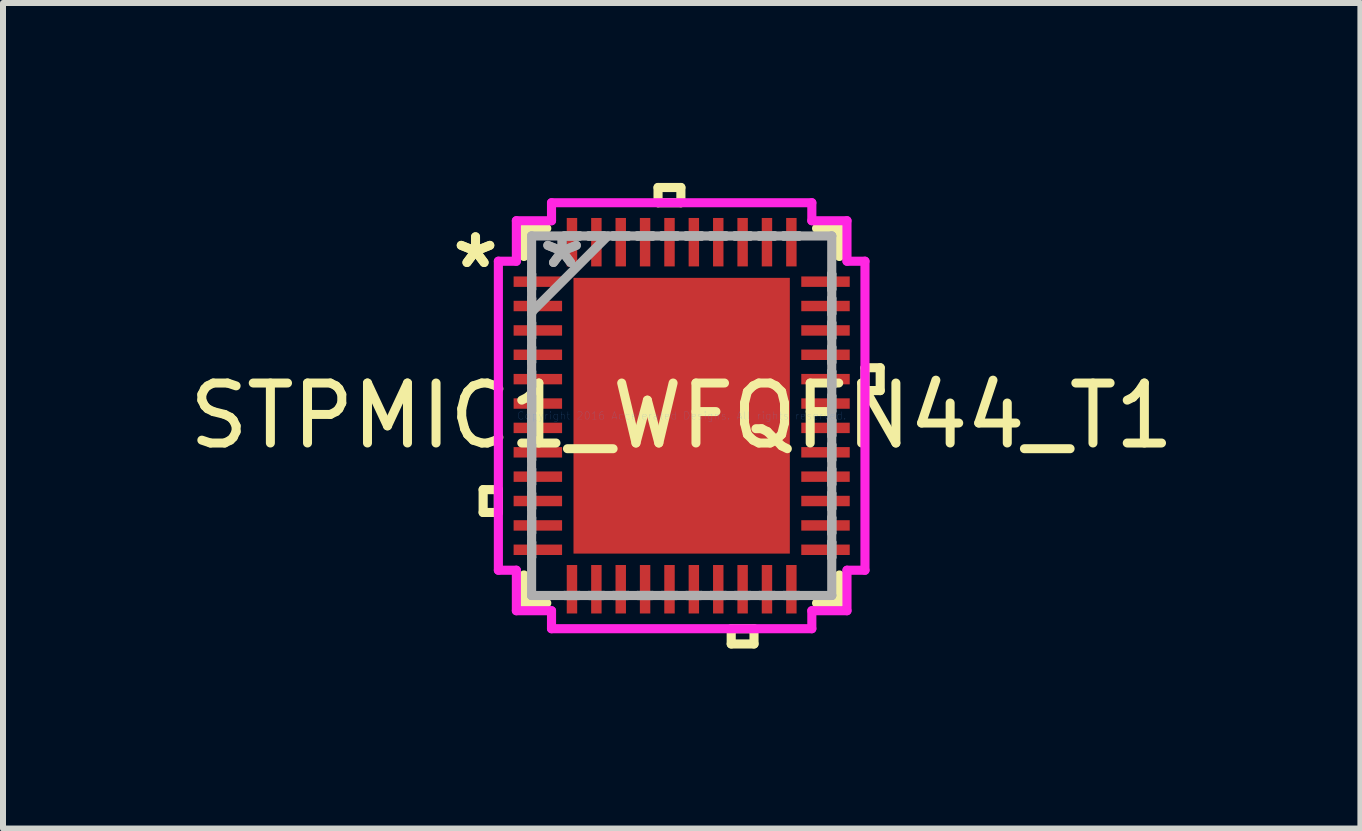
<source format=kicad_pcb>
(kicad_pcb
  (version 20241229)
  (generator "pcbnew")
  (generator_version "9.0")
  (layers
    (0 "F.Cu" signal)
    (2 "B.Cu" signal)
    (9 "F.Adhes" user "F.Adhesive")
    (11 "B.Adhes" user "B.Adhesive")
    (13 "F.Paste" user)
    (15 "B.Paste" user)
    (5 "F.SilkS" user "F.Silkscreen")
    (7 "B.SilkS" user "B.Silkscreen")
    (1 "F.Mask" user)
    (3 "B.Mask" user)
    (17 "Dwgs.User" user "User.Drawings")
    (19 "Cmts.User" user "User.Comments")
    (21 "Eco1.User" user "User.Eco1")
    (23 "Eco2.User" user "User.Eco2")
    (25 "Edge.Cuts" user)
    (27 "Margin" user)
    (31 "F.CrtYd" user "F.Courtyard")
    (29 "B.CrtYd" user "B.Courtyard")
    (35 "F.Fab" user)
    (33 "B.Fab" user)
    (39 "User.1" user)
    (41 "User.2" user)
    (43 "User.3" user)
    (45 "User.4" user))
  (footprint "STPMIC1_WFQFN44_T1"
    (layer "F.Cu")
    (at 8.315 3.881)
    (property "Reference" "STPMIC1_WFQFN44_T1" (at 0 0 0) (layer "F.SilkS") (effects (font (size 1 1) (thickness 0.15))))
    (attr through_hole)
    (fp_line (start -3.31 1.232) (end -3.31 1.613) (stroke (width 0.152) (type solid)) (layer "F.SilkS"))
    (fp_line (start -3.31 1.613) (end -3.056 1.613) (stroke (width 0.152) (type solid)) (layer "F.SilkS"))
    (fp_line (start -3.056 1.232) (end -3.31 1.232) (stroke (width 0.152) (type solid)) (layer "F.SilkS"))
    (fp_line (start -3.056 1.613) (end -3.056 1.232) (stroke (width 0.152) (type solid)) (layer "F.SilkS"))
    (fp_line (start -2.629 -3.124) (end -2.629 -2.655) (stroke (width 0.152) (type solid)) (layer "F.SilkS"))
    (fp_line (start -2.629 2.655) (end -2.629 3.124) (stroke (width 0.152) (type solid)) (layer "F.SilkS"))
    (fp_line (start -2.629 3.124) (end -2.249 3.124) (stroke (width 0.152) (type solid)) (layer "F.SilkS"))
    (fp_line (start -2.249 -3.124) (end -2.629 -3.124) (stroke (width 0.152) (type solid)) (layer "F.SilkS"))
    (fp_line (start -0.394 -3.805) (end -0.013 -3.805) (stroke (width 0.152) (type solid)) (layer "F.SilkS"))
    (fp_line (start -0.394 -3.551) (end -0.394 -3.805) (stroke (width 0.152) (type solid)) (layer "F.SilkS"))
    (fp_line (start -0.013 -3.805) (end -0.013 -3.551) (stroke (width 0.152) (type solid)) (layer "F.SilkS"))
    (fp_line (start -0.013 -3.551) (end -0.394 -3.551) (stroke (width 0.152) (type solid)) (layer "F.SilkS"))
    (fp_line (start 0.826 3.551) (end 0.826 3.805) (stroke (width 0.152) (type solid)) (layer "F.SilkS"))
    (fp_line (start 0.826 3.805) (end 1.206 3.805) (stroke (width 0.152) (type solid)) (layer "F.SilkS"))
    (fp_line (start 1.206 3.551) (end 0.826 3.551) (stroke (width 0.152) (type solid)) (layer "F.SilkS"))
    (fp_line (start 1.206 3.805) (end 1.206 3.551) (stroke (width 0.152) (type solid)) (layer "F.SilkS"))
    (fp_line (start 2.249 3.124) (end 2.629 3.124) (stroke (width 0.152) (type solid)) (layer "F.SilkS"))
    (fp_line (start 2.629 -3.124) (end 2.249 -3.124) (stroke (width 0.152) (type solid)) (layer "F.SilkS"))
    (fp_line (start 2.629 -2.655) (end 2.629 -3.124) (stroke (width 0.152) (type solid)) (layer "F.SilkS"))
    (fp_line (start 2.629 3.124) (end 2.629 2.655) (stroke (width 0.152) (type solid)) (layer "F.SilkS"))
    (fp_line (start 3.056 -0.8) (end 3.31 -0.8) (stroke (width 0.152) (type solid)) (layer "F.SilkS"))
    (fp_line (start 3.056 -0.419) (end 3.056 -0.8) (stroke (width 0.152) (type solid)) (layer "F.SilkS"))
    (fp_line (start 3.31 -0.8) (end 3.31 -0.419) (stroke (width 0.152) (type solid)) (layer "F.SilkS"))
    (fp_line (start 3.31 -0.419) (end 3.056 -0.419) (stroke (width 0.152) (type solid)) (layer "F.SilkS"))
    (fp_line (start -1.703 -2.199) (end -1.703 -0.866) (stroke (width 0.152) (type solid)) (layer "F.Paste"))
    (fp_line (start -1.703 -0.866) (end -0.1 -0.866) (stroke (width 0.152) (type solid)) (layer "F.Paste"))
    (fp_line (start -1.703 -0.666) (end -1.703 0.666) (stroke (width 0.152) (type solid)) (layer "F.Paste"))
    (fp_line (start -1.703 0.666) (end -0.1 0.666) (stroke (width 0.152) (type solid)) (layer "F.Paste"))
    (fp_line (start -1.703 0.866) (end -1.703 2.199) (stroke (width 0.152) (type solid)) (layer "F.Paste"))
    (fp_line (start -1.703 2.199) (end -0.1 2.199) (stroke (width 0.152) (type solid)) (layer "F.Paste"))
    (fp_line (start -0.1 -2.199) (end -1.703 -2.199) (stroke (width 0.152) (type solid)) (layer "F.Paste"))
    (fp_line (start -0.1 -0.866) (end -0.1 -2.199) (stroke (width 0.152) (type solid)) (layer "F.Paste"))
    (fp_line (start -0.1 -0.666) (end -1.703 -0.666) (stroke (width 0.152) (type solid)) (layer "F.Paste"))
    (fp_line (start -0.1 0.666) (end -0.1 -0.666) (stroke (width 0.152) (type solid)) (layer "F.Paste"))
    (fp_line (start -0.1 0.866) (end -1.703 0.866) (stroke (width 0.152) (type solid)) (layer "F.Paste"))
    (fp_line (start -0.1 2.199) (end -0.1 0.866) (stroke (width 0.152) (type solid)) (layer "F.Paste"))
    (fp_line (start 0.1 -2.199) (end 0.1 -0.866) (stroke (width 0.152) (type solid)) (layer "F.Paste"))
    (fp_line (start 0.1 -0.866) (end 1.703 -0.866) (stroke (width 0.152) (type solid)) (layer "F.Paste"))
    (fp_line (start 0.1 -0.666) (end 0.1 0.666) (stroke (width 0.152) (type solid)) (layer "F.Paste"))
    (fp_line (start 0.1 0.666) (end 1.703 0.666) (stroke (width 0.152) (type solid)) (layer "F.Paste"))
    (fp_line (start 0.1 0.866) (end 0.1 2.199) (stroke (width 0.152) (type solid)) (layer "F.Paste"))
    (fp_line (start 0.1 2.199) (end 1.703 2.199) (stroke (width 0.152) (type solid)) (layer "F.Paste"))
    (fp_line (start 1.703 -2.199) (end 0.1 -2.199) (stroke (width 0.152) (type solid)) (layer "F.Paste"))
    (fp_line (start 1.703 -0.866) (end 1.703 -2.199) (stroke (width 0.152) (type solid)) (layer "F.Paste"))
    (fp_line (start 1.703 -0.666) (end 0.1 -0.666) (stroke (width 0.152) (type solid)) (layer "F.Paste"))
    (fp_line (start 1.703 0.666) (end 1.703 -0.666) (stroke (width 0.152) (type solid)) (layer "F.Paste"))
    (fp_line (start 1.703 0.866) (end 0.1 0.866) (stroke (width 0.152) (type solid)) (layer "F.Paste"))
    (fp_line (start 1.703 2.199) (end 1.703 0.866) (stroke (width 0.152) (type solid)) (layer "F.Paste"))
    (fp_line (start -3.056 -2.576) (end -2.756 -2.576) (stroke (width 0.152) (type solid)) (layer "F.CrtYd"))
    (fp_line (start -3.056 2.576) (end -3.056 -2.576) (stroke (width 0.152) (type solid)) (layer "F.CrtYd"))
    (fp_line (start -2.756 -3.251) (end -2.17 -3.251) (stroke (width 0.152) (type solid)) (layer "F.CrtYd"))
    (fp_line (start -2.756 -2.576) (end -2.756 -3.251) (stroke (width 0.152) (type solid)) (layer "F.CrtYd"))
    (fp_line (start -2.756 2.576) (end -3.056 2.576) (stroke (width 0.152) (type solid)) (layer "F.CrtYd"))
    (fp_line (start -2.756 3.251) (end -2.756 2.576) (stroke (width 0.152) (type solid)) (layer "F.CrtYd"))
    (fp_line (start -2.17 -3.551) (end 2.17 -3.551) (stroke (width 0.152) (type solid)) (layer "F.CrtYd"))
    (fp_line (start -2.17 -3.251) (end -2.17 -3.551) (stroke (width 0.152) (type solid)) (layer "F.CrtYd"))
    (fp_line (start -2.17 3.251) (end -2.756 3.251) (stroke (width 0.152) (type solid)) (layer "F.CrtYd"))
    (fp_line (start -2.17 3.551) (end -2.17 3.251) (stroke (width 0.152) (type solid)) (layer "F.CrtYd"))
    (fp_line (start 2.17 -3.551) (end 2.17 -3.251) (stroke (width 0.152) (type solid)) (layer "F.CrtYd"))
    (fp_line (start 2.17 -3.251) (end 2.756 -3.251) (stroke (width 0.152) (type solid)) (layer "F.CrtYd"))
    (fp_line (start 2.17 3.251) (end 2.17 3.551) (stroke (width 0.152) (type solid)) (layer "F.CrtYd"))
    (fp_line (start 2.17 3.551) (end -2.17 3.551) (stroke (width 0.152) (type solid)) (layer "F.CrtYd"))
    (fp_line (start 2.756 -3.251) (end 2.756 -2.576) (stroke (width 0.152) (type solid)) (layer "F.CrtYd"))
    (fp_line (start 2.756 -2.576) (end 3.056 -2.576) (stroke (width 0.152) (type solid)) (layer "F.CrtYd"))
    (fp_line (start 2.756 2.576) (end 2.756 3.251) (stroke (width 0.152) (type solid)) (layer "F.CrtYd"))
    (fp_line (start 2.756 3.251) (end 2.17 3.251) (stroke (width 0.152) (type solid)) (layer "F.CrtYd"))
    (fp_line (start 3.056 -2.576) (end 3.056 2.576) (stroke (width 0.152) (type solid)) (layer "F.CrtYd"))
    (fp_line (start 3.056 2.576) (end 2.756 2.576) (stroke (width 0.152) (type solid)) (layer "F.CrtYd"))
    (fp_line (start -2.502 -2.997) (end -2.502 -2.997) (stroke (width 0.152) (type solid)) (layer "F.Fab"))
    (fp_line (start -2.502 -2.997) (end -2.502 2.997) (stroke (width 0.152) (type solid)) (layer "F.Fab"))
    (fp_line (start -2.502 -2.362) (end -2.502 -2.362) (stroke (width 0.152) (type solid)) (layer "F.Fab"))
    (fp_line (start -2.502 -2.362) (end -2.502 -2.108) (stroke (width 0.152) (type solid)) (layer "F.Fab"))
    (fp_line (start -2.502 -2.108) (end -2.502 -2.362) (stroke (width 0.152) (type solid)) (layer "F.Fab"))
    (fp_line (start -2.502 -2.108) (end -2.502 -2.108) (stroke (width 0.152) (type solid)) (layer "F.Fab"))
    (fp_line (start -2.502 -1.956) (end -2.502 -1.956) (stroke (width 0.152) (type solid)) (layer "F.Fab"))
    (fp_line (start -2.502 -1.956) (end -2.502 -1.702) (stroke (width 0.152) (type solid)) (layer "F.Fab"))
    (fp_line (start -2.502 -1.727) (end -1.232 -2.997) (stroke (width 0.152) (type solid)) (layer "F.Fab"))
    (fp_line (start -2.502 -1.702) (end -2.502 -1.956) (stroke (width 0.152) (type solid)) (layer "F.Fab"))
    (fp_line (start -2.502 -1.702) (end -2.502 -1.702) (stroke (width 0.152) (type solid)) (layer "F.Fab"))
    (fp_line (start -2.502 -1.549) (end -2.502 -1.549) (stroke (width 0.152) (type solid)) (layer "F.Fab"))
    (fp_line (start -2.502 -1.549) (end -2.502 -1.295) (stroke (width 0.152) (type solid)) (layer "F.Fab"))
    (fp_line (start -2.502 -1.295) (end -2.502 -1.549) (stroke (width 0.152) (type solid)) (layer "F.Fab"))
    (fp_line (start -2.502 -1.295) (end -2.502 -1.295) (stroke (width 0.152) (type solid)) (layer "F.Fab"))
    (fp_line (start -2.502 -1.143) (end -2.502 -1.143) (stroke (width 0.152) (type solid)) (layer "F.Fab"))
    (fp_line (start -2.502 -1.143) (end -2.502 -0.889) (stroke (width 0.152) (type solid)) (layer "F.Fab"))
    (fp_line (start -2.502 -0.889) (end -2.502 -1.143) (stroke (width 0.152) (type solid)) (layer "F.Fab"))
    (fp_line (start -2.502 -0.889) (end -2.502 -0.889) (stroke (width 0.152) (type solid)) (layer "F.Fab"))
    (fp_line (start -2.502 -0.737) (end -2.502 -0.737) (stroke (width 0.152) (type solid)) (layer "F.Fab"))
    (fp_line (start -2.502 -0.737) (end -2.502 -0.483) (stroke (width 0.152) (type solid)) (layer "F.Fab"))
    (fp_line (start -2.502 -0.483) (end -2.502 -0.737) (stroke (width 0.152) (type solid)) (layer "F.Fab"))
    (fp_line (start -2.502 -0.483) (end -2.502 -0.483) (stroke (width 0.152) (type solid)) (layer "F.Fab"))
    (fp_line (start -2.502 -0.33) (end -2.502 -0.33) (stroke (width 0.152) (type solid)) (layer "F.Fab"))
    (fp_line (start -2.502 -0.33) (end -2.502 -0.076) (stroke (width 0.152) (type solid)) (layer "F.Fab"))
    (fp_line (start -2.502 -0.076) (end -2.502 -0.33) (stroke (width 0.152) (type solid)) (layer "F.Fab"))
    (fp_line (start -2.502 -0.076) (end -2.502 -0.076) (stroke (width 0.152) (type solid)) (layer "F.Fab"))
    (fp_line (start -2.502 0.076) (end -2.502 0.076) (stroke (width 0.152) (type solid)) (layer "F.Fab"))
    (fp_line (start -2.502 0.076) (end -2.502 0.33) (stroke (width 0.152) (type solid)) (layer "F.Fab"))
    (fp_line (start -2.502 0.33) (end -2.502 0.076) (stroke (width 0.152) (type solid)) (layer "F.Fab"))
    (fp_line (start -2.502 0.33) (end -2.502 0.33) (stroke (width 0.152) (type solid)) (layer "F.Fab"))
    (fp_line (start -2.502 0.483) (end -2.502 0.483) (stroke (width 0.152) (type solid)) (layer "F.Fab"))
    (fp_line (start -2.502 0.483) (end -2.502 0.737) (stroke (width 0.152) (type solid)) (layer "F.Fab"))
    (fp_line (start -2.502 0.737) (end -2.502 0.483) (stroke (width 0.152) (type solid)) (layer "F.Fab"))
    (fp_line (start -2.502 0.737) (end -2.502 0.737) (stroke (width 0.152) (type solid)) (layer "F.Fab"))
    (fp_line (start -2.502 0.889) (end -2.502 0.889) (stroke (width 0.152) (type solid)) (layer "F.Fab"))
    (fp_line (start -2.502 0.889) (end -2.502 1.143) (stroke (width 0.152) (type solid)) (layer "F.Fab"))
    (fp_line (start -2.502 1.143) (end -2.502 0.889) (stroke (width 0.152) (type solid)) (layer "F.Fab"))
    (fp_line (start -2.502 1.143) (end -2.502 1.143) (stroke (width 0.152) (type solid)) (layer "F.Fab"))
    (fp_line (start -2.502 1.295) (end -2.502 1.295) (stroke (width 0.152) (type solid)) (layer "F.Fab"))
    (fp_line (start -2.502 1.295) (end -2.502 1.549) (stroke (width 0.152) (type solid)) (layer "F.Fab"))
    (fp_line (start -2.502 1.549) (end -2.502 1.295) (stroke (width 0.152) (type solid)) (layer "F.Fab"))
    (fp_line (start -2.502 1.549) (end -2.502 1.549) (stroke (width 0.152) (type solid)) (layer "F.Fab"))
    (fp_line (start -2.502 1.702) (end -2.502 1.702) (stroke (width 0.152) (type solid)) (layer "F.Fab"))
    (fp_line (start -2.502 1.702) (end -2.502 1.956) (stroke (width 0.152) (type solid)) (layer "F.Fab"))
    (fp_line (start -2.502 1.956) (end -2.502 1.702) (stroke (width 0.152) (type solid)) (layer "F.Fab"))
    (fp_line (start -2.502 1.956) (end -2.502 1.956) (stroke (width 0.152) (type solid)) (layer "F.Fab"))
    (fp_line (start -2.502 2.108) (end -2.502 2.108) (stroke (width 0.152) (type solid)) (layer "F.Fab"))
    (fp_line (start -2.502 2.108) (end -2.502 2.362) (stroke (width 0.152) (type solid)) (layer "F.Fab"))
    (fp_line (start -2.502 2.362) (end -2.502 2.108) (stroke (width 0.152) (type solid)) (layer "F.Fab"))
    (fp_line (start -2.502 2.362) (end -2.502 2.362) (stroke (width 0.152) (type solid)) (layer "F.Fab"))
    (fp_line (start -2.502 2.997) (end -2.502 2.997) (stroke (width 0.152) (type solid)) (layer "F.Fab"))
    (fp_line (start -2.502 2.997) (end 2.502 2.997) (stroke (width 0.152) (type solid)) (layer "F.Fab"))
    (fp_line (start -1.956 -2.997) (end -1.956 -2.997) (stroke (width 0.152) (type solid)) (layer "F.Fab"))
    (fp_line (start -1.956 -2.997) (end -1.702 -2.997) (stroke (width 0.152) (type solid)) (layer "F.Fab"))
    (fp_line (start -1.956 2.997) (end -1.956 2.997) (stroke (width 0.152) (type solid)) (layer "F.Fab"))
    (fp_line (start -1.956 2.997) (end -1.702 2.997) (stroke (width 0.152) (type solid)) (layer "F.Fab"))
    (fp_line (start -1.702 -2.997) (end -1.956 -2.997) (stroke (width 0.152) (type solid)) (layer "F.Fab"))
    (fp_line (start -1.702 -2.997) (end -1.702 -2.997) (stroke (width 0.152) (type solid)) (layer "F.Fab"))
    (fp_line (start -1.702 2.997) (end -1.956 2.997) (stroke (width 0.152) (type solid)) (layer "F.Fab"))
    (fp_line (start -1.702 2.997) (end -1.702 2.997) (stroke (width 0.152) (type solid)) (layer "F.Fab"))
    (fp_line (start -1.549 -2.997) (end -1.549 -2.997) (stroke (width 0.152) (type solid)) (layer "F.Fab"))
    (fp_line (start -1.549 -2.997) (end -1.295 -2.997) (stroke (width 0.152) (type solid)) (layer "F.Fab"))
    (fp_line (start -1.549 2.997) (end -1.549 2.997) (stroke (width 0.152) (type solid)) (layer "F.Fab"))
    (fp_line (start -1.549 2.997) (end -1.295 2.997) (stroke (width 0.152) (type solid)) (layer "F.Fab"))
    (fp_line (start -1.295 -2.997) (end -1.549 -2.997) (stroke (width 0.152) (type solid)) (layer "F.Fab"))
    (fp_line (start -1.295 -2.997) (end -1.295 -2.997) (stroke (width 0.152) (type solid)) (layer "F.Fab"))
    (fp_line (start -1.295 2.997) (end -1.549 2.997) (stroke (width 0.152) (type solid)) (layer "F.Fab"))
    (fp_line (start -1.295 2.997) (end -1.295 2.997) (stroke (width 0.152) (type solid)) (layer "F.Fab"))
    (fp_line (start -1.143 -2.997) (end -1.143 -2.997) (stroke (width 0.152) (type solid)) (layer "F.Fab"))
    (fp_line (start -1.143 -2.997) (end -0.889 -2.997) (stroke (width 0.152) (type solid)) (layer "F.Fab"))
    (fp_line (start -1.143 2.997) (end -1.143 2.997) (stroke (width 0.152) (type solid)) (layer "F.Fab"))
    (fp_line (start -1.143 2.997) (end -0.889 2.997) (stroke (width 0.152) (type solid)) (layer "F.Fab"))
    (fp_line (start -0.889 -2.997) (end -1.143 -2.997) (stroke (width 0.152) (type solid)) (layer "F.Fab"))
    (fp_line (start -0.889 -2.997) (end -0.889 -2.997) (stroke (width 0.152) (type solid)) (layer "F.Fab"))
    (fp_line (start -0.889 2.997) (end -1.143 2.997) (stroke (width 0.152) (type solid)) (layer "F.Fab"))
    (fp_line (start -0.889 2.997) (end -0.889 2.997) (stroke (width 0.152) (type solid)) (layer "F.Fab"))
    (fp_line (start -0.737 -2.997) (end -0.737 -2.997) (stroke (width 0.152) (type solid)) (layer "F.Fab"))
    (fp_line (start -0.737 -2.997) (end -0.483 -2.997) (stroke (width 0.152) (type solid)) (layer "F.Fab"))
    (fp_line (start -0.737 2.997) (end -0.737 2.997) (stroke (width 0.152) (type solid)) (layer "F.Fab"))
    (fp_line (start -0.737 2.997) (end -0.483 2.997) (stroke (width 0.152) (type solid)) (layer "F.Fab"))
    (fp_line (start -0.483 -2.997) (end -0.737 -2.997) (stroke (width 0.152) (type solid)) (layer "F.Fab"))
    (fp_line (start -0.483 -2.997) (end -0.483 -2.997) (stroke (width 0.152) (type solid)) (layer "F.Fab"))
    (fp_line (start -0.483 2.997) (end -0.737 2.997) (stroke (width 0.152) (type solid)) (layer "F.Fab"))
    (fp_line (start -0.483 2.997) (end -0.483 2.997) (stroke (width 0.152) (type solid)) (layer "F.Fab"))
    (fp_line (start -0.33 -2.997) (end -0.33 -2.997) (stroke (width 0.152) (type solid)) (layer "F.Fab"))
    (fp_line (start -0.33 -2.997) (end -0.076 -2.997) (stroke (width 0.152) (type solid)) (layer "F.Fab"))
    (fp_line (start -0.33 2.997) (end -0.33 2.997) (stroke (width 0.152) (type solid)) (layer "F.Fab"))
    (fp_line (start -0.33 2.997) (end -0.076 2.997) (stroke (width 0.152) (type solid)) (layer "F.Fab"))
    (fp_line (start -0.076 -2.997) (end -0.33 -2.997) (stroke (width 0.152) (type solid)) (layer "F.Fab"))
    (fp_line (start -0.076 -2.997) (end -0.076 -2.997) (stroke (width 0.152) (type solid)) (layer "F.Fab"))
    (fp_line (start -0.076 2.997) (end -0.33 2.997) (stroke (width 0.152) (type solid)) (layer "F.Fab"))
    (fp_line (start -0.076 2.997) (end -0.076 2.997) (stroke (width 0.152) (type solid)) (layer "F.Fab"))
    (fp_line (start 0.076 -2.997) (end 0.076 -2.997) (stroke (width 0.152) (type solid)) (layer "F.Fab"))
    (fp_line (start 0.076 -2.997) (end 0.33 -2.997) (stroke (width 0.152) (type solid)) (layer "F.Fab"))
    (fp_line (start 0.076 2.997) (end 0.076 2.997) (stroke (width 0.152) (type solid)) (layer "F.Fab"))
    (fp_line (start 0.076 2.997) (end 0.33 2.997) (stroke (width 0.152) (type solid)) (layer "F.Fab"))
    (fp_line (start 0.33 -2.997) (end 0.076 -2.997) (stroke (width 0.152) (type solid)) (layer "F.Fab"))
    (fp_line (start 0.33 -2.997) (end 0.33 -2.997) (stroke (width 0.152) (type solid)) (layer "F.Fab"))
    (fp_line (start 0.33 2.997) (end 0.076 2.997) (stroke (width 0.152) (type solid)) (layer "F.Fab"))
    (fp_line (start 0.33 2.997) (end 0.33 2.997) (stroke (width 0.152) (type solid)) (layer "F.Fab"))
    (fp_line (start 0.483 -2.997) (end 0.483 -2.997) (stroke (width 0.152) (type solid)) (layer "F.Fab"))
    (fp_line (start 0.483 -2.997) (end 0.737 -2.997) (stroke (width 0.152) (type solid)) (layer "F.Fab"))
    (fp_line (start 0.483 2.997) (end 0.483 2.997) (stroke (width 0.152) (type solid)) (layer "F.Fab"))
    (fp_line (start 0.483 2.997) (end 0.737 2.997) (stroke (width 0.152) (type solid)) (layer "F.Fab"))
    (fp_line (start 0.737 -2.997) (end 0.483 -2.997) (stroke (width 0.152) (type solid)) (layer "F.Fab"))
    (fp_line (start 0.737 -2.997) (end 0.737 -2.997) (stroke (width 0.152) (type solid)) (layer "F.Fab"))
    (fp_line (start 0.737 2.997) (end 0.483 2.997) (stroke (width 0.152) (type solid)) (layer "F.Fab"))
    (fp_line (start 0.737 2.997) (end 0.737 2.997) (stroke (width 0.152) (type solid)) (layer "F.Fab"))
    (fp_line (start 0.889 -2.997) (end 0.889 -2.997) (stroke (width 0.152) (type solid)) (layer "F.Fab"))
    (fp_line (start 0.889 -2.997) (end 1.143 -2.997) (stroke (width 0.152) (type solid)) (layer "F.Fab"))
    (fp_line (start 0.889 2.997) (end 0.889 2.997) (stroke (width 0.152) (type solid)) (layer "F.Fab"))
    (fp_line (start 0.889 2.997) (end 1.143 2.997) (stroke (width 0.152) (type solid)) (layer "F.Fab"))
    (fp_line (start 1.143 -2.997) (end 0.889 -2.997) (stroke (width 0.152) (type solid)) (layer "F.Fab"))
    (fp_line (start 1.143 -2.997) (end 1.143 -2.997) (stroke (width 0.152) (type solid)) (layer "F.Fab"))
    (fp_line (start 1.143 2.997) (end 0.889 2.997) (stroke (width 0.152) (type solid)) (layer "F.Fab"))
    (fp_line (start 1.143 2.997) (end 1.143 2.997) (stroke (width 0.152) (type solid)) (layer "F.Fab"))
    (fp_line (start 1.295 -2.997) (end 1.295 -2.997) (stroke (width 0.152) (type solid)) (layer "F.Fab"))
    (fp_line (start 1.295 -2.997) (end 1.549 -2.997) (stroke (width 0.152) (type solid)) (layer "F.Fab"))
    (fp_line (start 1.295 2.997) (end 1.295 2.997) (stroke (width 0.152) (type solid)) (layer "F.Fab"))
    (fp_line (start 1.295 2.997) (end 1.549 2.997) (stroke (width 0.152) (type solid)) (layer "F.Fab"))
    (fp_line (start 1.549 -2.997) (end 1.295 -2.997) (stroke (width 0.152) (type solid)) (layer "F.Fab"))
    (fp_line (start 1.549 -2.997) (end 1.549 -2.997) (stroke (width 0.152) (type solid)) (layer "F.Fab"))
    (fp_line (start 1.549 2.997) (end 1.295 2.997) (stroke (width 0.152) (type solid)) (layer "F.Fab"))
    (fp_line (start 1.549 2.997) (end 1.549 2.997) (stroke (width 0.152) (type solid)) (layer "F.Fab"))
    (fp_line (start 1.702 -2.997) (end 1.702 -2.997) (stroke (width 0.152) (type solid)) (layer "F.Fab"))
    (fp_line (start 1.702 -2.997) (end 1.956 -2.997) (stroke (width 0.152) (type solid)) (layer "F.Fab"))
    (fp_line (start 1.702 2.997) (end 1.702 2.997) (stroke (width 0.152) (type solid)) (layer "F.Fab"))
    (fp_line (start 1.702 2.997) (end 1.956 2.997) (stroke (width 0.152) (type solid)) (layer "F.Fab"))
    (fp_line (start 1.956 -2.997) (end 1.702 -2.997) (stroke (width 0.152) (type solid)) (layer "F.Fab"))
    (fp_line (start 1.956 -2.997) (end 1.956 -2.997) (stroke (width 0.152) (type solid)) (layer "F.Fab"))
    (fp_line (start 1.956 2.997) (end 1.702 2.997) (stroke (width 0.152) (type solid)) (layer "F.Fab"))
    (fp_line (start 1.956 2.997) (end 1.956 2.997) (stroke (width 0.152) (type solid)) (layer "F.Fab"))
    (fp_line (start 2.502 -2.997) (end -2.502 -2.997) (stroke (width 0.152) (type solid)) (layer "F.Fab"))
    (fp_line (start 2.502 -2.997) (end 2.502 -2.997) (stroke (width 0.152) (type solid)) (layer "F.Fab"))
    (fp_line (start 2.502 -2.362) (end 2.502 -2.362) (stroke (width 0.152) (type solid)) (layer "F.Fab"))
    (fp_line (start 2.502 -2.362) (end 2.502 -2.108) (stroke (width 0.152) (type solid)) (layer "F.Fab"))
    (fp_line (start 2.502 -2.108) (end 2.502 -2.362) (stroke (width 0.152) (type solid)) (layer "F.Fab"))
    (fp_line (start 2.502 -2.108) (end 2.502 -2.108) (stroke (width 0.152) (type solid)) (layer "F.Fab"))
    (fp_line (start 2.502 -1.956) (end 2.502 -1.956) (stroke (width 0.152) (type solid)) (layer "F.Fab"))
    (fp_line (start 2.502 -1.956) (end 2.502 -1.702) (stroke (width 0.152) (type solid)) (layer "F.Fab"))
    (fp_line (start 2.502 -1.702) (end 2.502 -1.956) (stroke (width 0.152) (type solid)) (layer "F.Fab"))
    (fp_line (start 2.502 -1.702) (end 2.502 -1.702) (stroke (width 0.152) (type solid)) (layer "F.Fab"))
    (fp_line (start 2.502 -1.549) (end 2.502 -1.549) (stroke (width 0.152) (type solid)) (layer "F.Fab"))
    (fp_line (start 2.502 -1.549) (end 2.502 -1.295) (stroke (width 0.152) (type solid)) (layer "F.Fab"))
    (fp_line (start 2.502 -1.295) (end 2.502 -1.549) (stroke (width 0.152) (type solid)) (layer "F.Fab"))
    (fp_line (start 2.502 -1.295) (end 2.502 -1.295) (stroke (width 0.152) (type solid)) (layer "F.Fab"))
    (fp_line (start 2.502 -1.143) (end 2.502 -1.143) (stroke (width 0.152) (type solid)) (layer "F.Fab"))
    (fp_line (start 2.502 -1.143) (end 2.502 -0.889) (stroke (width 0.152) (type solid)) (layer "F.Fab"))
    (fp_line (start 2.502 -0.889) (end 2.502 -1.143) (stroke (width 0.152) (type solid)) (layer "F.Fab"))
    (fp_line (start 2.502 -0.889) (end 2.502 -0.889) (stroke (width 0.152) (type solid)) (layer "F.Fab"))
    (fp_line (start 2.502 -0.737) (end 2.502 -0.737) (stroke (width 0.152) (type solid)) (layer "F.Fab"))
    (fp_line (start 2.502 -0.737) (end 2.502 -0.483) (stroke (width 0.152) (type solid)) (layer "F.Fab"))
    (fp_line (start 2.502 -0.483) (end 2.502 -0.737) (stroke (width 0.152) (type solid)) (layer "F.Fab"))
    (fp_line (start 2.502 -0.483) (end 2.502 -0.483) (stroke (width 0.152) (type solid)) (layer "F.Fab"))
    (fp_line (start 2.502 -0.33) (end 2.502 -0.33) (stroke (width 0.152) (type solid)) (layer "F.Fab"))
    (fp_line (start 2.502 -0.33) (end 2.502 -0.076) (stroke (width 0.152) (type solid)) (layer "F.Fab"))
    (fp_line (start 2.502 -0.076) (end 2.502 -0.33) (stroke (width 0.152) (type solid)) (layer "F.Fab"))
    (fp_line (start 2.502 -0.076) (end 2.502 -0.076) (stroke (width 0.152) (type solid)) (layer "F.Fab"))
    (fp_line (start 2.502 0.076) (end 2.502 0.076) (stroke (width 0.152) (type solid)) (layer "F.Fab"))
    (fp_line (start 2.502 0.076) (end 2.502 0.33) (stroke (width 0.152) (type solid)) (layer "F.Fab"))
    (fp_line (start 2.502 0.33) (end 2.502 0.076) (stroke (width 0.152) (type solid)) (layer "F.Fab"))
    (fp_line (start 2.502 0.33) (end 2.502 0.33) (stroke (width 0.152) (type solid)) (layer "F.Fab"))
    (fp_line (start 2.502 0.483) (end 2.502 0.483) (stroke (width 0.152) (type solid)) (layer "F.Fab"))
    (fp_line (start 2.502 0.483) (end 2.502 0.737) (stroke (width 0.152) (type solid)) (layer "F.Fab"))
    (fp_line (start 2.502 0.737) (end 2.502 0.483) (stroke (width 0.152) (type solid)) (layer "F.Fab"))
    (fp_line (start 2.502 0.737) (end 2.502 0.737) (stroke (width 0.152) (type solid)) (layer "F.Fab"))
    (fp_line (start 2.502 0.889) (end 2.502 0.889) (stroke (width 0.152) (type solid)) (layer "F.Fab"))
    (fp_line (start 2.502 0.889) (end 2.502 1.143) (stroke (width 0.152) (type solid)) (layer "F.Fab"))
    (fp_line (start 2.502 1.143) (end 2.502 0.889) (stroke (width 0.152) (type solid)) (layer "F.Fab"))
    (fp_line (start 2.502 1.143) (end 2.502 1.143) (stroke (width 0.152) (type solid)) (layer "F.Fab"))
    (fp_line (start 2.502 1.295) (end 2.502 1.295) (stroke (width 0.152) (type solid)) (layer "F.Fab"))
    (fp_line (start 2.502 1.295) (end 2.502 1.549) (stroke (width 0.152) (type solid)) (layer "F.Fab"))
    (fp_line (start 2.502 1.549) (end 2.502 1.295) (stroke (width 0.152) (type solid)) (layer "F.Fab"))
    (fp_line (start 2.502 1.549) (end 2.502 1.549) (stroke (width 0.152) (type solid)) (layer "F.Fab"))
    (fp_line (start 2.502 1.702) (end 2.502 1.702) (stroke (width 0.152) (type solid)) (layer "F.Fab"))
    (fp_line (start 2.502 1.702) (end 2.502 1.956) (stroke (width 0.152) (type solid)) (layer "F.Fab"))
    (fp_line (start 2.502 1.956) (end 2.502 1.702) (stroke (width 0.152) (type solid)) (layer "F.Fab"))
    (fp_line (start 2.502 1.956) (end 2.502 1.956) (stroke (width 0.152) (type solid)) (layer "F.Fab"))
    (fp_line (start 2.502 2.108) (end 2.502 2.108) (stroke (width 0.152) (type solid)) (layer "F.Fab"))
    (fp_line (start 2.502 2.108) (end 2.502 2.362) (stroke (width 0.152) (type solid)) (layer "F.Fab"))
    (fp_line (start 2.502 2.362) (end 2.502 2.108) (stroke (width 0.152) (type solid)) (layer "F.Fab"))
    (fp_line (start 2.502 2.362) (end 2.502 2.362) (stroke (width 0.152) (type solid)) (layer "F.Fab"))
    (fp_line (start 2.502 2.997) (end 2.502 -2.997) (stroke (width 0.152) (type solid)) (layer "F.Fab"))
    (fp_line (start 2.502 2.997) (end 2.502 2.997) (stroke (width 0.152) (type solid)) (layer "F.Fab"))
    (fp_text user "*" (at -3.437 -2.438 0) (layer "F.SilkS") (effects (font (size 1 1) (thickness 0.15))))
    (fp_text user "*" (at -3.437 -2.438 0) (layer "F.SilkS") (effects (font (size 1 1) (thickness 0.15))))
    (fp_text user "Copyright 2016 Accelerated Designs. All rights reserved." (at 0 0 0) (layer "Cmts.User") (effects (font (size 0.127 0.127) (thickness 0.002))))
    (fp_text user "*" (at -1.994 -2.438 0) (layer "F.Fab") (effects (font (size 1 1) (thickness 0.15))))
    (fp_text user "*" (at -1.994 -2.438 0) (layer "F.Fab") (effects (font (size 1 1) (thickness 0.15))))
    (pad "1" smd rect (at -2.398 -2.235 90) (size 0.174 0.808) (layers "F.Cu" "F.Mask" "F.Paste"))
    (pad "2" smd rect (at -2.398 -1.829 90) (size 0.174 0.808) (layers "F.Cu" "F.Mask" "F.Paste"))
    (pad "3" smd rect (at -2.398 -1.422 90) (size 0.174 0.808) (layers "F.Cu" "F.Mask" "F.Paste"))
    (pad "4" smd rect (at -2.398 -1.016 90) (size 0.174 0.808) (layers "F.Cu" "F.Mask" "F.Paste"))
    (pad "5" smd rect (at -2.398 -0.61 90) (size 0.174 0.808) (layers "F.Cu" "F.Mask" "F.Paste"))
    (pad "6" smd rect (at -2.398 -0.203 90) (size 0.174 0.808) (layers "F.Cu" "F.Mask" "F.Paste"))
    (pad "7" smd rect (at -2.398 0.203 90) (size 0.174 0.808) (layers "F.Cu" "F.Mask" "F.Paste"))
    (pad "8" smd rect (at -2.398 0.61 90) (size 0.174 0.808) (layers "F.Cu" "F.Mask" "F.Paste"))
    (pad "9" smd rect (at -2.398 1.016 90) (size 0.174 0.808) (layers "F.Cu" "F.Mask" "F.Paste"))
    (pad "10" smd rect (at -2.398 1.422 90) (size 0.174 0.808) (layers "F.Cu" "F.Mask" "F.Paste"))
    (pad "11" smd rect (at -2.398 1.829 90) (size 0.174 0.808) (layers "F.Cu" "F.Mask" "F.Paste"))
    (pad "12" smd rect (at -2.398 2.235 90) (size 0.174 0.808) (layers "F.Cu" "F.Mask" "F.Paste"))
    (pad "13" smd rect (at -1.829 2.893) (size 0.174 0.808) (layers "F.Cu" "F.Mask" "F.Paste"))
    (pad "14" smd rect (at -1.422 2.893) (size 0.174 0.808) (layers "F.Cu" "F.Mask" "F.Paste"))
    (pad "15" smd rect (at -1.016 2.893) (size 0.174 0.808) (layers "F.Cu" "F.Mask" "F.Paste"))
    (pad "16" smd rect (at -0.61 2.893) (size 0.174 0.808) (layers "F.Cu" "F.Mask" "F.Paste"))
    (pad "17" smd rect (at -0.203 2.893) (size 0.174 0.808) (layers "F.Cu" "F.Mask" "F.Paste"))
    (pad "18" smd rect (at 0.203 2.893) (size 0.174 0.808) (layers "F.Cu" "F.Mask" "F.Paste"))
    (pad "19" smd rect (at 0.61 2.893) (size 0.174 0.808) (layers "F.Cu" "F.Mask" "F.Paste"))
    (pad "20" smd rect (at 1.016 2.893) (size 0.174 0.808) (layers "F.Cu" "F.Mask" "F.Paste"))
    (pad "21" smd rect (at 1.422 2.893) (size 0.174 0.808) (layers "F.Cu" "F.Mask" "F.Paste"))
    (pad "22" smd rect (at 1.829 2.893) (size 0.174 0.808) (layers "F.Cu" "F.Mask" "F.Paste"))
    (pad "23" smd rect (at 2.398 2.235 90) (size 0.174 0.808) (layers "F.Cu" "F.Mask" "F.Paste"))
    (pad "24" smd rect (at 2.398 1.829 90) (size 0.174 0.808) (layers "F.Cu" "F.Mask" "F.Paste"))
    (pad "25" smd rect (at 2.398 1.422 90) (size 0.174 0.808) (layers "F.Cu" "F.Mask" "F.Paste"))
    (pad "26" smd rect (at 2.398 1.016 90) (size 0.174 0.808) (layers "F.Cu" "F.Mask" "F.Paste"))
    (pad "27" smd rect (at 2.398 0.61 90) (size 0.174 0.808) (layers "F.Cu" "F.Mask" "F.Paste"))
    (pad "28" smd rect (at 2.398 0.203 90) (size 0.174 0.808) (layers "F.Cu" "F.Mask" "F.Paste"))
    (pad "29" smd rect (at 2.398 -0.203 90) (size 0.174 0.808) (layers "F.Cu" "F.Mask" "F.Paste"))
    (pad "30" smd rect (at 2.398 -0.61 90) (size 0.174 0.808) (layers "F.Cu" "F.Mask" "F.Paste"))
    (pad "31" smd rect (at 2.398 -1.016 90) (size 0.174 0.808) (layers "F.Cu" "F.Mask" "F.Paste"))
    (pad "32" smd rect (at 2.398 -1.422 90) (size 0.174 0.808) (layers "F.Cu" "F.Mask" "F.Paste"))
    (pad "33" smd rect (at 2.398 -1.829 90) (size 0.174 0.808) (layers "F.Cu" "F.Mask" "F.Paste"))
    (pad "34" smd rect (at 2.398 -2.235 90) (size 0.174 0.808) (layers "F.Cu" "F.Mask" "F.Paste"))
    (pad "35" smd rect (at 1.829 -2.893) (size 0.174 0.808) (layers "F.Cu" "F.Mask" "F.Paste"))
    (pad "36" smd rect (at 1.422 -2.893) (size 0.174 0.808) (layers "F.Cu" "F.Mask" "F.Paste"))
    (pad "37" smd rect (at 1.016 -2.893) (size 0.174 0.808) (layers "F.Cu" "F.Mask" "F.Paste"))
    (pad "38" smd rect (at 0.61 -2.893) (size 0.174 0.808) (layers "F.Cu" "F.Mask" "F.Paste"))
    (pad "39" smd rect (at 0.203 -2.893) (size 0.174 0.808) (layers "F.Cu" "F.Mask" "F.Paste"))
    (pad "40" smd rect (at -0.203 -2.893) (size 0.174 0.808) (layers "F.Cu" "F.Mask" "F.Paste"))
    (pad "41" smd rect (at -0.61 -2.893) (size 0.174 0.808) (layers "F.Cu" "F.Mask" "F.Paste"))
    (pad "42" smd rect (at -1.016 -2.893) (size 0.174 0.808) (layers "F.Cu" "F.Mask" "F.Paste"))
    (pad "43" smd rect (at -1.422 -2.893) (size 0.174 0.808) (layers "F.Cu" "F.Mask" "F.Paste"))
    (pad "44" smd rect (at -1.829 -2.893) (size 0.174 0.808) (layers "F.Cu" "F.Mask" "F.Paste"))
    (pad "45" smd rect (at 0 0) (size 3.607 4.597) (layers "F.Cu" "F.Mask" "F.Paste")))
  (gr_rect
    (start -3 -3)
    (end 19.631 10.763)
    (stroke (width 0.1) (type default))
    (fill no)
    (layer "Edge.Cuts")))
</source>
